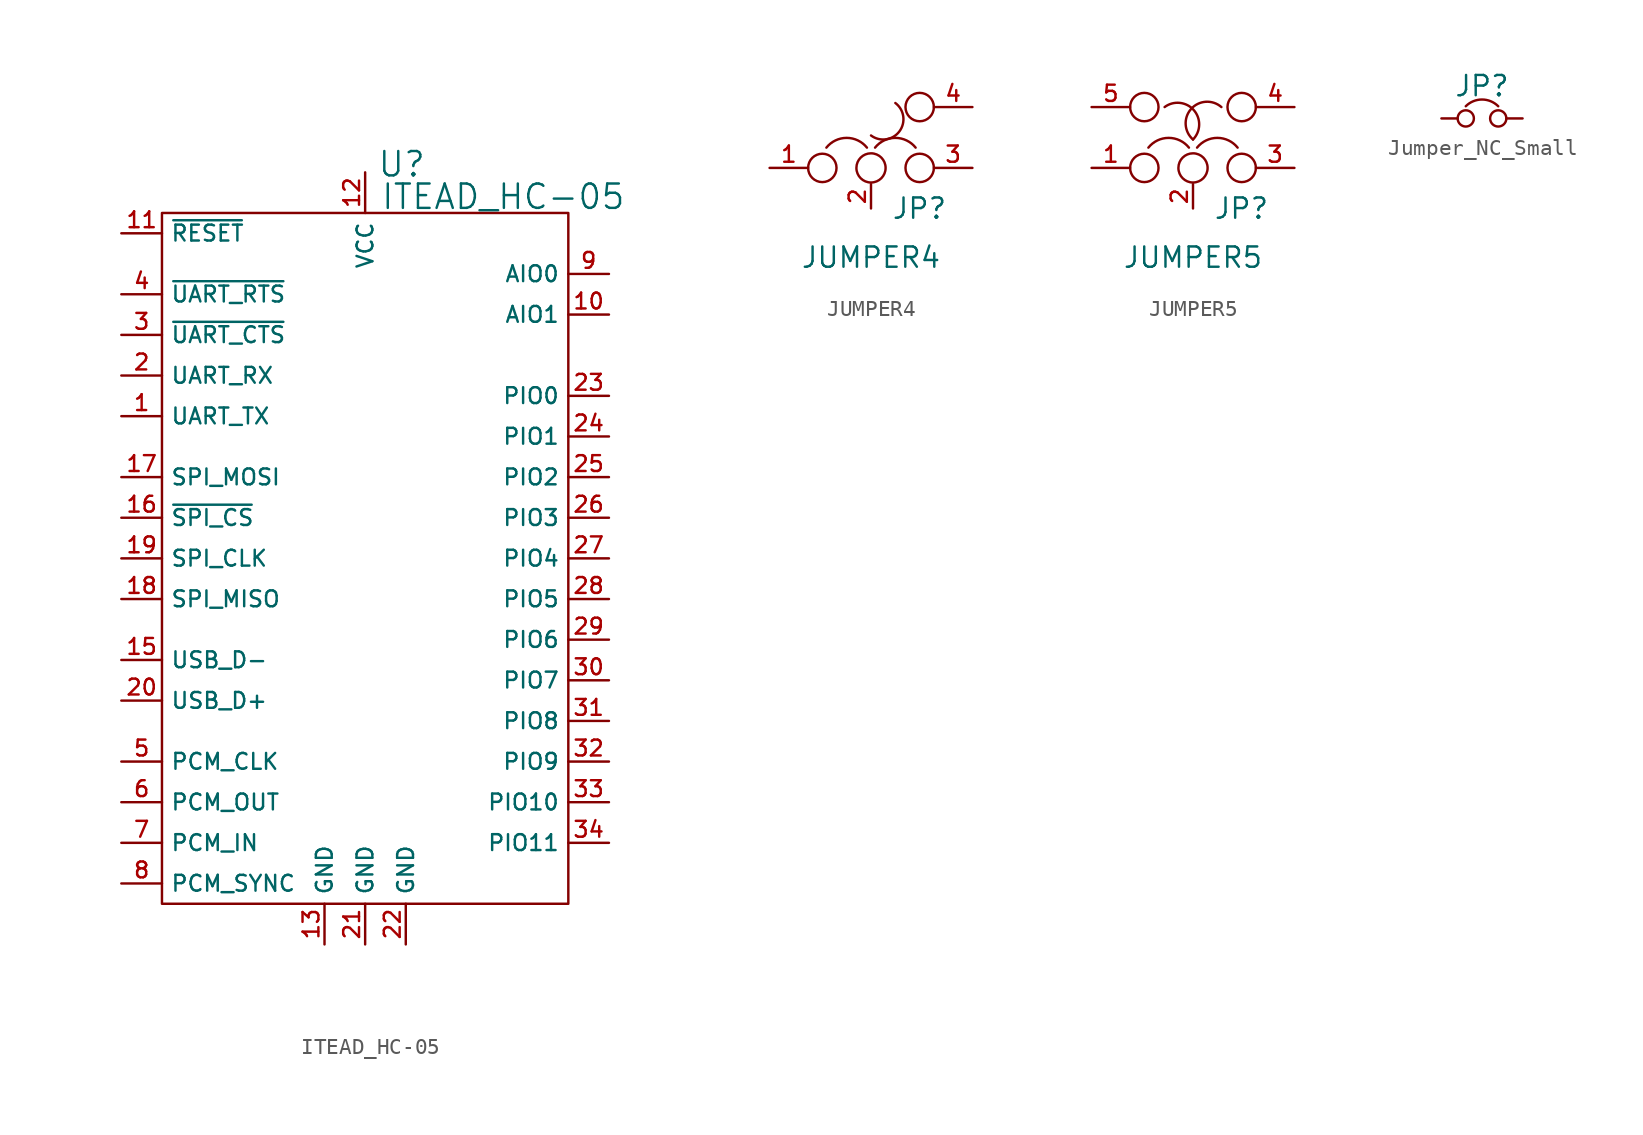
<source format=kicad_sym>
(kicad_symbol_lib
  (version 20201005)
  (generator kicad_symbol_editor)
  (symbol "Zimprich:ITEAD_HC-05"
    (property "Reference" "U"
      (at 2.286 24.638 0)
      (effects (font (size 1.524 1.524))))
    (property "Value" "ITEAD_HC-05"
      (at 8.636 22.606 0)
      (effects (font (size 1.524 1.524))))
    (property "Footprint" ""
      (at 0 0 0)
      (effects (font (size 1.524 1.524))))
    (property "Datasheet" ""
      (at 0 0 0)
      (effects (font (size 1.524 1.524))))
    (symbol "ITEAD_HC-05_0_1"
      (rectangle (start -12.7 21.59) (end 12.7 -21.59) (stroke (width 0)) (fill (type none))))
    (symbol "ITEAD_HC-05_1_1"
      (pin passive line (at -15.24 8.89 0) (length 2.54) (name "UART_TX" (effects (font (size 0.991 0.991)))) (number "1" (effects (font (size 0.991 0.991)))))
      (pin passive line (at 15.24 15.24 180) (length 2.54) (name "AIO1" (effects (font (size 0.991 0.991)))) (number "10" (effects (font (size 0.991 0.991)))))
      (pin passive line (at -15.24 20.32 0) (length 2.54) (name "~RESET" (effects (font (size 0.991 0.991)))) (number "11" (effects (font (size 0.991 0.991)))))
      (pin passive line (at 0 24.13 270) (length 2.54) (name "VCC" (effects (font (size 0.991 0.991)))) (number "12" (effects (font (size 0.991 0.991)))))
      (pin passive line (at -2.54 -24.13 90) (length 2.54) (name "GND" (effects (font (size 0.991 0.991)))) (number "13" (effects (font (size 0.991 0.991)))))
      (pin passive line (at -15.24 -6.35 0) (length 2.54) (name "USB_D-" (effects (font (size 0.991 0.991)))) (number "15" (effects (font (size 0.991 0.991)))))
      (pin passive line (at -15.24 2.54 0) (length 2.54) (name "~SPI_CS" (effects (font (size 0.991 0.991)))) (number "16" (effects (font (size 0.991 0.991)))))
      (pin passive line (at -15.24 5.08 0) (length 2.54) (name "SPI_MOSI" (effects (font (size 0.991 0.991)))) (number "17" (effects (font (size 0.991 0.991)))))
      (pin passive line (at -15.24 -2.54 0) (length 2.54) (name "SPI_MISO" (effects (font (size 0.991 0.991)))) (number "18" (effects (font (size 0.991 0.991)))))
      (pin passive line (at -15.24 0 0) (length 2.54) (name "SPI_CLK" (effects (font (size 0.991 0.991)))) (number "19" (effects (font (size 0.991 0.991)))))
      (pin passive line (at -15.24 11.43 0) (length 2.54) (name "UART_RX" (effects (font (size 0.991 0.991)))) (number "2" (effects (font (size 0.991 0.991)))))
      (pin passive line (at -15.24 -8.89 0) (length 2.54) (name "USB_D+" (effects (font (size 0.991 0.991)))) (number "20" (effects (font (size 0.991 0.991)))))
      (pin passive line (at 0 -24.13 90) (length 2.54) (name "GND" (effects (font (size 0.991 0.991)))) (number "21" (effects (font (size 0.991 0.991)))))
      (pin passive line (at 2.54 -24.13 90) (length 2.54) (name "GND" (effects (font (size 0.991 0.991)))) (number "22" (effects (font (size 0.991 0.991)))))
      (pin passive line (at 15.24 10.16 180) (length 2.54) (name "PIO0" (effects (font (size 0.991 0.991)))) (number "23" (effects (font (size 0.991 0.991)))))
      (pin passive line (at 15.24 7.62 180) (length 2.54) (name "PIO1" (effects (font (size 0.991 0.991)))) (number "24" (effects (font (size 0.991 0.991)))))
      (pin passive line (at 15.24 5.08 180) (length 2.54) (name "PIO2" (effects (font (size 0.991 0.991)))) (number "25" (effects (font (size 0.991 0.991)))))
      (pin passive line (at 15.24 2.54 180) (length 2.54) (name "PIO3" (effects (font (size 0.991 0.991)))) (number "26" (effects (font (size 0.991 0.991)))))
      (pin passive line (at 15.24 0 180) (length 2.54) (name "PIO4" (effects (font (size 0.991 0.991)))) (number "27" (effects (font (size 0.991 0.991)))))
      (pin passive line (at 15.24 -2.54 180) (length 2.54) (name "PIO5" (effects (font (size 0.991 0.991)))) (number "28" (effects (font (size 0.991 0.991)))))
      (pin passive line (at 15.24 -5.08 180) (length 2.54) (name "PIO6" (effects (font (size 0.991 0.991)))) (number "29" (effects (font (size 0.991 0.991)))))
      (pin passive line (at -15.24 13.97 0) (length 2.54) (name "~UART_CTS" (effects (font (size 0.991 0.991)))) (number "3" (effects (font (size 0.991 0.991)))))
      (pin passive line (at 15.24 -7.62 180) (length 2.54) (name "PIO7" (effects (font (size 0.991 0.991)))) (number "30" (effects (font (size 0.991 0.991)))))
      (pin passive line (at 15.24 -10.16 180) (length 2.54) (name "PIO8" (effects (font (size 0.991 0.991)))) (number "31" (effects (font (size 0.991 0.991)))))
      (pin passive line (at 15.24 -12.7 180) (length 2.54) (name "PIO9" (effects (font (size 0.991 0.991)))) (number "32" (effects (font (size 0.991 0.991)))))
      (pin passive line (at 15.24 -15.24 180) (length 2.54) (name "PIO10" (effects (font (size 0.991 0.991)))) (number "33" (effects (font (size 0.991 0.991)))))
      (pin passive line (at 15.24 -17.78 180) (length 2.54) (name "PIO11" (effects (font (size 0.991 0.991)))) (number "34" (effects (font (size 0.991 0.991)))))
      (pin passive line (at -15.24 16.51 0) (length 2.54) (name "~UART_RTS" (effects (font (size 0.991 0.991)))) (number "4" (effects (font (size 0.991 0.991)))))
      (pin passive line (at -15.24 -12.7 0) (length 2.54) (name "PCM_CLK" (effects (font (size 0.991 0.991)))) (number "5" (effects (font (size 0.991 0.991)))))
      (pin passive line (at -15.24 -15.24 0) (length 2.54) (name "PCM_OUT" (effects (font (size 0.991 0.991)))) (number "6" (effects (font (size 0.991 0.991)))))
      (pin passive line (at -15.24 -17.78 0) (length 2.54) (name "PCM_IN" (effects (font (size 0.991 0.991)))) (number "7" (effects (font (size 0.991 0.991)))))
      (pin passive line (at -15.24 -20.32 0) (length 2.54) (name "PCM_SYNC" (effects (font (size 0.991 0.991)))) (number "8" (effects (font (size 0.991 0.991)))))
      (pin passive line (at 15.24 17.78 180) (length 2.54) (name "AIO0" (effects (font (size 0.991 0.991)))) (number "9" (effects (font (size 0.991 0.991)))))))
  (symbol "Zimprich:JUMPER4"
    (pin_names
      (offset 0.762) hide)
    (property "Reference" "JP"
      (at 1.27 -2.54 0)
      (effects (font (size 1.27 1.27)) (justify left)))
    (property "Value" "JUMPER4"
      (at 0 -6.35 0)
      (effects (font (size 1.27 1.27)) (justify bottom)))
    (property "Footprint" ""
      (at 0 0 0)
      (effects (font (size 1.27 1.27))))
    (property "Datasheet" ""
      (at 0 0 0)
      (effects (font (size 1.27 1.27))))
    (symbol "JUMPER4_0_1"
      (arc (start -0.254 1.27) (end -2.794 1.27) (radius (at -1.524 0.254) (length 1.6256) (angles 38.6 141.3)) (stroke (width 0)) (fill (type none)))
      (arc (start 1.524 4.064) (end 0 2.032) (radius (at 0.762 3.048) (length 1.27) (angles 53.2 -127)) (stroke (width 0)) (fill (type none)))
      (arc (start 2.794 1.27) (end 0.254 1.27) (radius (at 1.524 0.254) (length 1.6256) (angles 38.6 141.3)) (stroke (width 0)) (fill (type none)))
      (circle (center -3.048 0) (radius 0.889) (stroke (width 0)) (fill (type none)))
      (circle (center 0 0) (radius 0.914) (stroke (width 0)) (fill (type none)))
      (circle (center 3.048 0) (radius 0.889) (stroke (width 0)) (fill (type none)))
      (circle (center 3.048 3.81) (radius 0.889) (stroke (width 0)) (fill (type none)))
      (pin passive line (at -6.35 0 0) (length 2.413) (name "1" (effects (font (size 1.016 1.016)))) (number "1" (effects (font (size 1.016 1.016)))))
      (pin passive line (at 0 -2.54 90) (length 1.524) (name "2" (effects (font (size 1.016 1.016)))) (number "2" (effects (font (size 1.016 1.016)))))
      (pin passive line (at 6.35 0 180) (length 2.413) (name "3" (effects (font (size 1.016 1.016)))) (number "3" (effects (font (size 1.016 1.016)))))
      (pin passive line (at 6.35 3.81 180) (length 2.413) (name "4" (effects (font (size 1.016 1.016)))) (number "4" (effects (font (size 1.016 1.016)))))))
  (symbol "Zimprich:JUMPER5"
    (pin_names
      (offset 0.762) hide)
    (property "Reference" "JP"
      (at 1.27 -2.54 0)
      (effects (font (size 1.27 1.27)) (justify left)))
    (property "Value" "JUMPER5"
      (at 0 -6.35 0)
      (effects (font (size 1.27 1.27)) (justify bottom)))
    (property "Footprint" ""
      (at 0 0 0)
      (effects (font (size 1.27 1.27))))
    (property "Datasheet" ""
      (at 0 0 0)
      (effects (font (size 1.27 1.27))))
    (symbol "JUMPER5_0_1"
      (arc (start -0.254 1.27) (end -2.794 1.27) (radius (at -1.524 0.254) (length 1.6256) (angles 38.6 141.3)) (stroke (width 0)) (fill (type none)))
      (arc (start -1.778 3.81) (end 0 1.778) (radius (at -0.9652 2.7178) (length 1.3716) (angles 126.7 -44.2)) (stroke (width 0)) (fill (type none)))
      (arc (start 1.778 3.81) (end 0 1.778) (radius (at 0.889 2.794) (length 1.3462) (angles 48.9 -131.3)) (stroke (width 0)) (fill (type none)))
      (arc (start 2.794 1.27) (end 0.254 1.27) (radius (at 1.524 0.254) (length 1.6256) (angles 38.6 141.3)) (stroke (width 0)) (fill (type none)))
      (circle (center -3.048 0) (radius 0.889) (stroke (width 0)) (fill (type none)))
      (circle (center -3.048 3.81) (radius 0.889) (stroke (width 0)) (fill (type none)))
      (circle (center 0 0) (radius 0.914) (stroke (width 0)) (fill (type none)))
      (circle (center 3.048 0) (radius 0.889) (stroke (width 0)) (fill (type none)))
      (circle (center 3.048 3.81) (radius 0.889) (stroke (width 0)) (fill (type none)))
      (pin passive line (at -6.35 0 0) (length 2.413) (name "1" (effects (font (size 1.016 1.016)))) (number "1" (effects (font (size 1.016 1.016)))))
      (pin passive line (at 0 -2.54 90) (length 1.524) (name "2" (effects (font (size 1.016 1.016)))) (number "2" (effects (font (size 1.016 1.016)))))
      (pin passive line (at 6.35 0 180) (length 2.413) (name "3" (effects (font (size 1.016 1.016)))) (number "3" (effects (font (size 1.016 1.016)))))
      (pin passive line (at 6.35 3.81 180) (length 2.413) (name "4" (effects (font (size 1.016 1.016)))) (number "4" (effects (font (size 1.016 1.016)))))
      (pin passive line (at -6.35 3.81 0) (length 2.413) (name "5" (effects (font (size 1.016 1.016)))) (number "5" (effects (font (size 1.016 1.016)))))))
  (symbol "Zimprich:Jumper_NC_Small"
    (pin_numbers hide)
    (pin_names
      (offset 0.762) hide)
    (property "Reference" "JP"
      (at 0 2.032 0)
      (effects (font (size 1.27 1.27))))
    (property "Footprint" ""
      (at 0 0 0)
      (effects (font (size 1.524 1.524))))
    (property "Datasheet" ""
      (at 0 0 0)
      (effects (font (size 1.524 1.524))))
    (symbol "Jumper_NC_Small_0_1"
      (arc (start 1.016 0.762) (end -1.016 0.762) (radius (at 0 -0.254) (length 1.4478) (angles 45 135)) (stroke (width 0)) (fill (type none)))
      (circle (center -1.016 0) (radius 0.508) (stroke (width 0)) (fill (type none)))
      (circle (center 1.016 0) (radius 0.508) (stroke (width 0)) (fill (type none)))
      (pin passive line (at -2.54 0 0) (length 1.016) (name "1" (effects (font (size 1.524 1.524)))) (number "1" (effects (font (size 1.524 1.524)))))
      (pin passive line (at 2.54 0 180) (length 1.016) (name "2" (effects (font (size 1.524 1.524)))) (number "2" (effects (font (size 1.524 1.524))))))))
</source>
